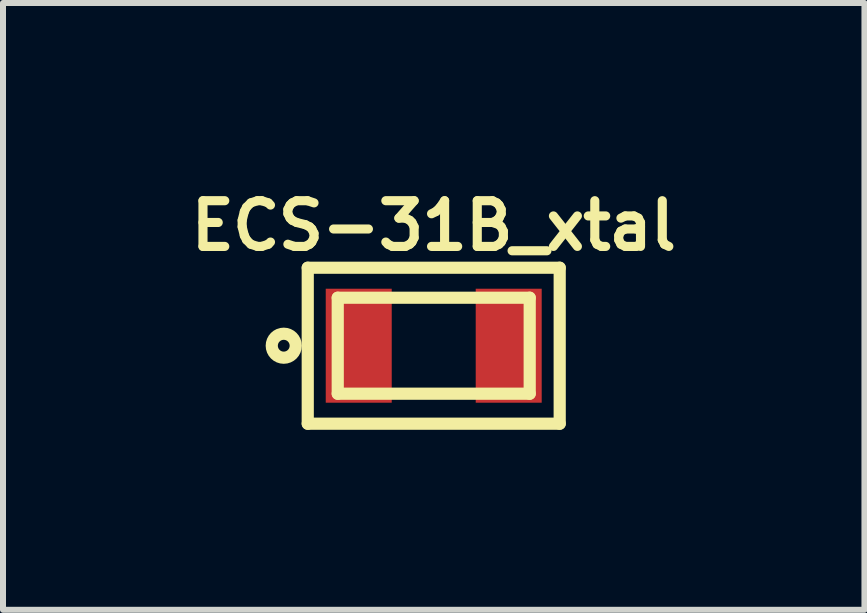
<source format=kicad_pcb>
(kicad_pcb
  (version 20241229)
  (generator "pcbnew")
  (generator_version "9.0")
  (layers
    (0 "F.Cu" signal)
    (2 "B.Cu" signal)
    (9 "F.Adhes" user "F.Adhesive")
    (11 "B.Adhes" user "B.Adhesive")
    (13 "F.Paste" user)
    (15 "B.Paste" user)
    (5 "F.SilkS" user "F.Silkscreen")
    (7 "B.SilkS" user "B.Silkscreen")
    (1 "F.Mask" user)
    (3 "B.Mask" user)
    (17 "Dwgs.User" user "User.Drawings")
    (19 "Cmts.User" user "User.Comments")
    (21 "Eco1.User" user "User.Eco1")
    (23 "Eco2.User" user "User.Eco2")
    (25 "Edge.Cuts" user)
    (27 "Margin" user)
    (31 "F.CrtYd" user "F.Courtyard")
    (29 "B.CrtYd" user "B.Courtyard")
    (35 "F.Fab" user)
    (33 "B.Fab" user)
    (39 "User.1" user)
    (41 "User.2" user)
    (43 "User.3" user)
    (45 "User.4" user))
  (footprint "ECS-31B_xtal"
    (layer "F.Cu")
    (at 4.18 2.713)
    (property "Reference" "ECS-31B_xtal" (at 0 -2 0) (layer "F.SilkS") (effects (font (size 0.762 0.762) (thickness 0.152))))
    (attr smd)
    (fp_line (start -2.1 -1.3) (end -2.1 1.3) (stroke (width 0.203) (type solid)) (layer "F.SilkS"))
    (fp_line (start -2.1 1.3) (end 2.1 1.3) (stroke (width 0.203) (type solid)) (layer "F.SilkS"))
    (fp_line (start -1.6 -0.8) (end 1.6 -0.8) (stroke (width 0.203) (type solid)) (layer "F.SilkS"))
    (fp_line (start -1.6 0.8) (end -1.6 -0.8) (stroke (width 0.203) (type solid)) (layer "F.SilkS"))
    (fp_line (start 1.6 -0.8) (end 1.6 0.8) (stroke (width 0.203) (type solid)) (layer "F.SilkS"))
    (fp_line (start 1.6 0.8) (end -1.6 0.8) (stroke (width 0.203) (type solid)) (layer "F.SilkS"))
    (fp_line (start 2.1 -1.3) (end -2.1 -1.3) (stroke (width 0.203) (type solid)) (layer "F.SilkS"))
    (fp_line (start 2.1 1.3) (end 2.1 -1.3) (stroke (width 0.203) (type solid)) (layer "F.SilkS"))
    (fp_circle (center -2.5 0) (end -2.3 0) (stroke (width 0.203) (type solid)) (fill no) (layer "F.SilkS"))
    (pad "1" smd rect (at -1.25 0 90) (size 1.9 1.1) (layers "F.Cu" "F.Mask" "F.Paste"))
    (pad "2" smd rect (at 1.25 0 90) (size 1.9 1.1) (layers "F.Cu" "F.Mask" "F.Paste")))
  (gr_rect
    (start -3 -3)
    (end 11.36 7.115)
    (stroke (width 0.1) (type default))
    (fill no)
    (layer "Edge.Cuts")))
</source>
